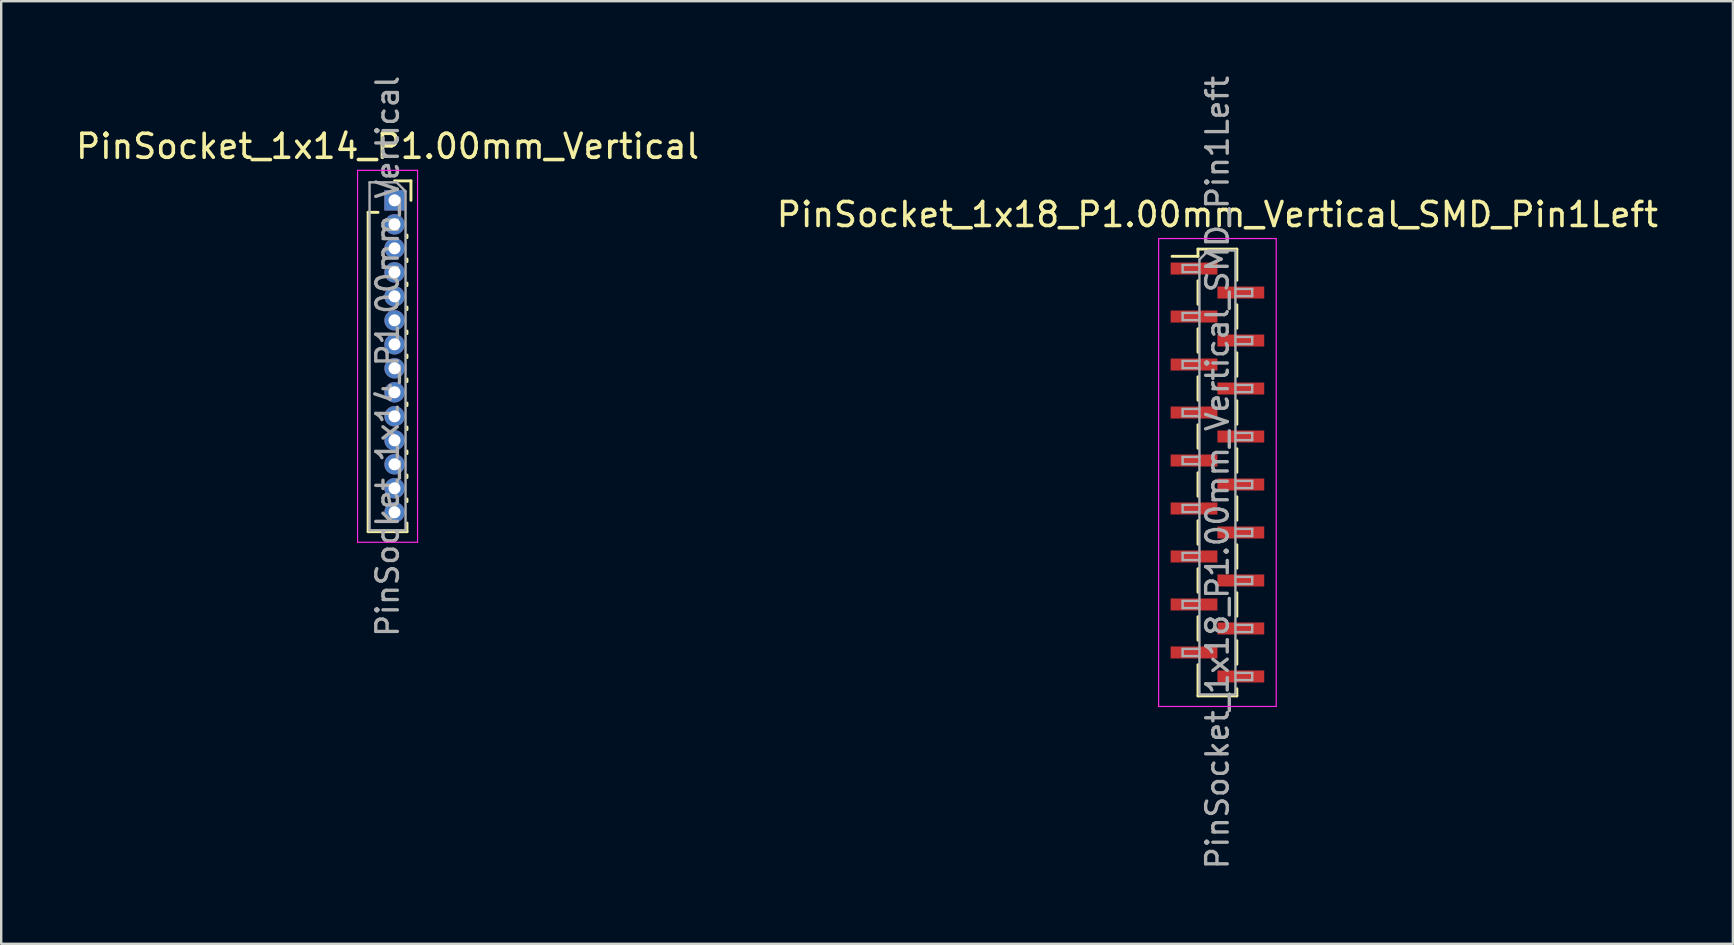
<source format=kicad_pcb>
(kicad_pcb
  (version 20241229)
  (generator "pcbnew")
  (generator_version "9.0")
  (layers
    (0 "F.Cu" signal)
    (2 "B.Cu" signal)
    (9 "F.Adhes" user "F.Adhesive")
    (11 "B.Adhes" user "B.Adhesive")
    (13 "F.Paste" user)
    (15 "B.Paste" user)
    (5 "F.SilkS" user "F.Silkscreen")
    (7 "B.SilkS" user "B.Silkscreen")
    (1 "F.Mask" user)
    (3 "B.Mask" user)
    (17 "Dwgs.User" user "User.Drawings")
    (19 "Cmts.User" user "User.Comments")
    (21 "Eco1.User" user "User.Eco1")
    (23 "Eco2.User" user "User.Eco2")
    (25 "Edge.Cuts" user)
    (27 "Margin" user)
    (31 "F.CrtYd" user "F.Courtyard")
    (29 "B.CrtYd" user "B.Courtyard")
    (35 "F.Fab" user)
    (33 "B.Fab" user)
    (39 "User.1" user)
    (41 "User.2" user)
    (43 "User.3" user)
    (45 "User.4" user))
  (footprint "PinSocket_1x14_P1.00mm_Vertical"
    (layer "F.Cu")
    (at 13.391 5.299)
    (property "Reference" "PinSocket_1x14_P1.00mm_Vertical" (at -0.29 -2.25 0) (layer "F.SilkS") (effects (font (size 1 1) (thickness 0.15))))
    (attr through_hole)
    (fp_line (start -1.1 0.5) (end -1.1 13.81) (stroke (width 0.12) (type solid)) (layer "F.SilkS"))
    (fp_line (start -1.1 0.5) (end -0.685 0.5) (stroke (width 0.12) (type solid)) (layer "F.SilkS"))
    (fp_line (start -1.1 13.81) (end 0.52 13.81) (stroke (width 0.12) (type solid)) (layer "F.SilkS"))
    (fp_line (start 0 -0.81) (end 0.685 -0.81) (stroke (width 0.12) (type solid)) (layer "F.SilkS"))
    (fp_line (start 0.52 1.446) (end 0.52 1.554) (stroke (width 0.12) (type solid)) (layer "F.SilkS"))
    (fp_line (start 0.52 2.446) (end 0.52 2.554) (stroke (width 0.12) (type solid)) (layer "F.SilkS"))
    (fp_line (start 0.52 3.446) (end 0.52 3.554) (stroke (width 0.12) (type solid)) (layer "F.SilkS"))
    (fp_line (start 0.52 4.446) (end 0.52 4.554) (stroke (width 0.12) (type solid)) (layer "F.SilkS"))
    (fp_line (start 0.52 5.446) (end 0.52 5.554) (stroke (width 0.12) (type solid)) (layer "F.SilkS"))
    (fp_line (start 0.52 6.446) (end 0.52 6.554) (stroke (width 0.12) (type solid)) (layer "F.SilkS"))
    (fp_line (start 0.52 7.446) (end 0.52 7.554) (stroke (width 0.12) (type solid)) (layer "F.SilkS"))
    (fp_line (start 0.52 8.446) (end 0.52 8.554) (stroke (width 0.12) (type solid)) (layer "F.SilkS"))
    (fp_line (start 0.52 9.446) (end 0.52 9.554) (stroke (width 0.12) (type solid)) (layer "F.SilkS"))
    (fp_line (start 0.52 10.446) (end 0.52 10.554) (stroke (width 0.12) (type solid)) (layer "F.SilkS"))
    (fp_line (start 0.52 11.446) (end 0.52 11.554) (stroke (width 0.12) (type solid)) (layer "F.SilkS"))
    (fp_line (start 0.52 12.446) (end 0.52 12.554) (stroke (width 0.12) (type solid)) (layer "F.SilkS"))
    (fp_line (start 0.52 13.446) (end 0.52 13.81) (stroke (width 0.12) (type solid)) (layer "F.SilkS"))
    (fp_line (start 0.685 -0.81) (end 0.685 0) (stroke (width 0.12) (type solid)) (layer "F.SilkS"))
    (fp_line (start -1.54 -1.25) (end 0.96 -1.25) (stroke (width 0.05) (type solid)) (layer "F.CrtYd"))
    (fp_line (start -1.54 14.25) (end -1.54 -1.25) (stroke (width 0.05) (type solid)) (layer "F.CrtYd"))
    (fp_line (start 0.96 -1.25) (end 0.96 14.25) (stroke (width 0.05) (type solid)) (layer "F.CrtYd"))
    (fp_line (start 0.96 14.25) (end -1.54 14.25) (stroke (width 0.05) (type solid)) (layer "F.CrtYd"))
    (fp_line (start -1.04 -0.75) (end 0.085 -0.75) (stroke (width 0.1) (type solid)) (layer "F.Fab"))
    (fp_line (start -1.04 13.75) (end -1.04 -0.75) (stroke (width 0.1) (type solid)) (layer "F.Fab"))
    (fp_line (start 0.085 -0.75) (end 0.46 -0.375) (stroke (width 0.1) (type solid)) (layer "F.Fab"))
    (fp_line (start 0.46 -0.375) (end 0.46 13.75) (stroke (width 0.1) (type solid)) (layer "F.Fab"))
    (fp_line (start 0.46 13.75) (end -1.04 13.75) (stroke (width 0.1) (type solid)) (layer "F.Fab"))
    (fp_text user "${REFERENCE}" (at -0.29 6.5 90) (layer "F.Fab") (effects (font (size 0.9 0.9) (thickness 0.14))))
    (pad "1" thru_hole rect (at 0 0) (size 0.85 0.85) (drill 0.5) (layers "*.Cu" "*.Mask"))
    (pad "2" thru_hole oval (at 0 1) (size 0.85 0.85) (drill 0.5) (layers "*.Cu" "*.Mask"))
    (pad "3" thru_hole oval (at 0 2) (size 0.85 0.85) (drill 0.5) (layers "*.Cu" "*.Mask"))
    (pad "4" thru_hole oval (at 0 3) (size 0.85 0.85) (drill 0.5) (layers "*.Cu" "*.Mask"))
    (pad "5" thru_hole oval (at 0 4) (size 0.85 0.85) (drill 0.5) (layers "*.Cu" "*.Mask"))
    (pad "6" thru_hole oval (at 0 5) (size 0.85 0.85) (drill 0.5) (layers "*.Cu" "*.Mask"))
    (pad "7" thru_hole oval (at 0 6) (size 0.85 0.85) (drill 0.5) (layers "*.Cu" "*.Mask"))
    (pad "8" thru_hole oval (at 0 7) (size 0.85 0.85) (drill 0.5) (layers "*.Cu" "*.Mask"))
    (pad "9" thru_hole oval (at 0 8) (size 0.85 0.85) (drill 0.5) (layers "*.Cu" "*.Mask"))
    (pad "10" thru_hole oval (at 0 9) (size 0.85 0.85) (drill 0.5) (layers "*.Cu" "*.Mask"))
    (pad "11" thru_hole oval (at 0 10) (size 0.85 0.85) (drill 0.5) (layers "*.Cu" "*.Mask"))
    (pad "12" thru_hole oval (at 0 11) (size 0.85 0.85) (drill 0.5) (layers "*.Cu" "*.Mask"))
    (pad "13" thru_hole oval (at 0 12) (size 0.85 0.85) (drill 0.5) (layers "*.Cu" "*.Mask"))
    (pad "14" thru_hole oval (at 0 13) (size 0.85 0.85) (drill 0.5) (layers "*.Cu" "*.Mask")))
  (footprint "PinSocket_1x18_P1.00mm_Vertical_SMD_Pin1Left"
    (layer "F.Cu")
    (at 47.685 16.641)
    (property "Reference" "PinSocket_1x18_P1.00mm_Vertical_SMD_Pin1Left" (at 0 -10.75 0) (layer "F.SilkS") (effects (font (size 1 1) (thickness 0.15))))
    (attr smd)
    (fp_line (start -1.89 -9.01) (end -0.81 -9.01) (stroke (width 0.12) (type solid)) (layer "F.SilkS"))
    (fp_line (start -0.81 -9.31) (end -0.81 -9.01) (stroke (width 0.12) (type solid)) (layer "F.SilkS"))
    (fp_line (start -0.81 -9.31) (end 0.81 -9.31) (stroke (width 0.12) (type solid)) (layer "F.SilkS"))
    (fp_line (start -0.81 -7.99) (end -0.81 -7.01) (stroke (width 0.12) (type solid)) (layer "F.SilkS"))
    (fp_line (start -0.81 -5.99) (end -0.81 -5.01) (stroke (width 0.12) (type solid)) (layer "F.SilkS"))
    (fp_line (start -0.81 -3.99) (end -0.81 -3.01) (stroke (width 0.12) (type solid)) (layer "F.SilkS"))
    (fp_line (start -0.81 -1.99) (end -0.81 -1.01) (stroke (width 0.12) (type solid)) (layer "F.SilkS"))
    (fp_line (start -0.81 0.01) (end -0.81 0.99) (stroke (width 0.12) (type solid)) (layer "F.SilkS"))
    (fp_line (start -0.81 2.01) (end -0.81 2.99) (stroke (width 0.12) (type solid)) (layer "F.SilkS"))
    (fp_line (start -0.81 4.01) (end -0.81 4.99) (stroke (width 0.12) (type solid)) (layer "F.SilkS"))
    (fp_line (start -0.81 6.01) (end -0.81 6.99) (stroke (width 0.12) (type solid)) (layer "F.SilkS"))
    (fp_line (start -0.81 8.01) (end -0.81 9.31) (stroke (width 0.12) (type solid)) (layer "F.SilkS"))
    (fp_line (start -0.81 9.31) (end 0.81 9.31) (stroke (width 0.12) (type solid)) (layer "F.SilkS"))
    (fp_line (start 0.81 -9.31) (end 0.81 -8.01) (stroke (width 0.12) (type solid)) (layer "F.SilkS"))
    (fp_line (start 0.81 -6.99) (end 0.81 -6.01) (stroke (width 0.12) (type solid)) (layer "F.SilkS"))
    (fp_line (start 0.81 -4.99) (end 0.81 -4.01) (stroke (width 0.12) (type solid)) (layer "F.SilkS"))
    (fp_line (start 0.81 -2.99) (end 0.81 -2.01) (stroke (width 0.12) (type solid)) (layer "F.SilkS"))
    (fp_line (start 0.81 -0.99) (end 0.81 -0.01) (stroke (width 0.12) (type solid)) (layer "F.SilkS"))
    (fp_line (start 0.81 1.01) (end 0.81 1.99) (stroke (width 0.12) (type solid)) (layer "F.SilkS"))
    (fp_line (start 0.81 3.01) (end 0.81 3.99) (stroke (width 0.12) (type solid)) (layer "F.SilkS"))
    (fp_line (start 0.81 5.01) (end 0.81 5.99) (stroke (width 0.12) (type solid)) (layer "F.SilkS"))
    (fp_line (start 0.81 7.01) (end 0.81 7.99) (stroke (width 0.12) (type solid)) (layer "F.SilkS"))
    (fp_line (start 0.81 9.01) (end 0.81 9.31) (stroke (width 0.12) (type solid)) (layer "F.SilkS"))
    (fp_line (start -2.45 -9.75) (end 2.45 -9.75) (stroke (width 0.05) (type solid)) (layer "F.CrtYd"))
    (fp_line (start -2.45 9.75) (end -2.45 -9.75) (stroke (width 0.05) (type solid)) (layer "F.CrtYd"))
    (fp_line (start 2.45 -9.75) (end 2.45 9.75) (stroke (width 0.05) (type solid)) (layer "F.CrtYd"))
    (fp_line (start 2.45 9.75) (end -2.45 9.75) (stroke (width 0.05) (type solid)) (layer "F.CrtYd"))
    (fp_line (start -1.45 -8.65) (end -0.75 -8.65) (stroke (width 0.1) (type solid)) (layer "F.Fab"))
    (fp_line (start -1.45 -8.35) (end -1.45 -8.65) (stroke (width 0.1) (type solid)) (layer "F.Fab"))
    (fp_line (start -1.45 -6.65) (end -0.75 -6.65) (stroke (width 0.1) (type solid)) (layer "F.Fab"))
    (fp_line (start -1.45 -6.35) (end -1.45 -6.65) (stroke (width 0.1) (type solid)) (layer "F.Fab"))
    (fp_line (start -1.45 -4.65) (end -0.75 -4.65) (stroke (width 0.1) (type solid)) (layer "F.Fab"))
    (fp_line (start -1.45 -4.35) (end -1.45 -4.65) (stroke (width 0.1) (type solid)) (layer "F.Fab"))
    (fp_line (start -1.45 -2.65) (end -0.75 -2.65) (stroke (width 0.1) (type solid)) (layer "F.Fab"))
    (fp_line (start -1.45 -2.35) (end -1.45 -2.65) (stroke (width 0.1) (type solid)) (layer "F.Fab"))
    (fp_line (start -1.45 -0.65) (end -0.75 -0.65) (stroke (width 0.1) (type solid)) (layer "F.Fab"))
    (fp_line (start -1.45 -0.35) (end -1.45 -0.65) (stroke (width 0.1) (type solid)) (layer "F.Fab"))
    (fp_line (start -1.45 1.35) (end -0.75 1.35) (stroke (width 0.1) (type solid)) (layer "F.Fab"))
    (fp_line (start -1.45 1.65) (end -1.45 1.35) (stroke (width 0.1) (type solid)) (layer "F.Fab"))
    (fp_line (start -1.45 3.35) (end -0.75 3.35) (stroke (width 0.1) (type solid)) (layer "F.Fab"))
    (fp_line (start -1.45 3.65) (end -1.45 3.35) (stroke (width 0.1) (type solid)) (layer "F.Fab"))
    (fp_line (start -1.45 5.35) (end -0.75 5.35) (stroke (width 0.1) (type solid)) (layer "F.Fab"))
    (fp_line (start -1.45 5.65) (end -1.45 5.35) (stroke (width 0.1) (type solid)) (layer "F.Fab"))
    (fp_line (start -1.45 7.35) (end -0.75 7.35) (stroke (width 0.1) (type solid)) (layer "F.Fab"))
    (fp_line (start -1.45 7.65) (end -1.45 7.35) (stroke (width 0.1) (type solid)) (layer "F.Fab"))
    (fp_line (start -0.75 -8.875) (end -0.375 -9.25) (stroke (width 0.1) (type solid)) (layer "F.Fab"))
    (fp_line (start -0.75 -8.35) (end -1.45 -8.35) (stroke (width 0.1) (type solid)) (layer "F.Fab"))
    (fp_line (start -0.75 -6.35) (end -1.45 -6.35) (stroke (width 0.1) (type solid)) (layer "F.Fab"))
    (fp_line (start -0.75 -4.35) (end -1.45 -4.35) (stroke (width 0.1) (type solid)) (layer "F.Fab"))
    (fp_line (start -0.75 -2.35) (end -1.45 -2.35) (stroke (width 0.1) (type solid)) (layer "F.Fab"))
    (fp_line (start -0.75 -0.35) (end -1.45 -0.35) (stroke (width 0.1) (type solid)) (layer "F.Fab"))
    (fp_line (start -0.75 1.65) (end -1.45 1.65) (stroke (width 0.1) (type solid)) (layer "F.Fab"))
    (fp_line (start -0.75 3.65) (end -1.45 3.65) (stroke (width 0.1) (type solid)) (layer "F.Fab"))
    (fp_line (start -0.75 5.65) (end -1.45 5.65) (stroke (width 0.1) (type solid)) (layer "F.Fab"))
    (fp_line (start -0.75 7.65) (end -1.45 7.65) (stroke (width 0.1) (type solid)) (layer "F.Fab"))
    (fp_line (start -0.75 9.25) (end -0.75 -8.875) (stroke (width 0.1) (type solid)) (layer "F.Fab"))
    (fp_line (start -0.375 -9.25) (end 0.75 -9.25) (stroke (width 0.1) (type solid)) (layer "F.Fab"))
    (fp_line (start 0.75 -9.25) (end 0.75 9.25) (stroke (width 0.1) (type solid)) (layer "F.Fab"))
    (fp_line (start 0.75 -7.65) (end 1.45 -7.65) (stroke (width 0.1) (type solid)) (layer "F.Fab"))
    (fp_line (start 0.75 -5.65) (end 1.45 -5.65) (stroke (width 0.1) (type solid)) (layer "F.Fab"))
    (fp_line (start 0.75 -3.65) (end 1.45 -3.65) (stroke (width 0.1) (type solid)) (layer "F.Fab"))
    (fp_line (start 0.75 -1.65) (end 1.45 -1.65) (stroke (width 0.1) (type solid)) (layer "F.Fab"))
    (fp_line (start 0.75 0.35) (end 1.45 0.35) (stroke (width 0.1) (type solid)) (layer "F.Fab"))
    (fp_line (start 0.75 2.35) (end 1.45 2.35) (stroke (width 0.1) (type solid)) (layer "F.Fab"))
    (fp_line (start 0.75 4.35) (end 1.45 4.35) (stroke (width 0.1) (type solid)) (layer "F.Fab"))
    (fp_line (start 0.75 6.35) (end 1.45 6.35) (stroke (width 0.1) (type solid)) (layer "F.Fab"))
    (fp_line (start 0.75 8.35) (end 1.45 8.35) (stroke (width 0.1) (type solid)) (layer "F.Fab"))
    (fp_line (start 0.75 9.25) (end -0.75 9.25) (stroke (width 0.1) (type solid)) (layer "F.Fab"))
    (fp_line (start 1.45 -7.65) (end 1.45 -7.35) (stroke (width 0.1) (type solid)) (layer "F.Fab"))
    (fp_line (start 1.45 -7.35) (end 0.75 -7.35) (stroke (width 0.1) (type solid)) (layer "F.Fab"))
    (fp_line (start 1.45 -5.65) (end 1.45 -5.35) (stroke (width 0.1) (type solid)) (layer "F.Fab"))
    (fp_line (start 1.45 -5.35) (end 0.75 -5.35) (stroke (width 0.1) (type solid)) (layer "F.Fab"))
    (fp_line (start 1.45 -3.65) (end 1.45 -3.35) (stroke (width 0.1) (type solid)) (layer "F.Fab"))
    (fp_line (start 1.45 -3.35) (end 0.75 -3.35) (stroke (width 0.1) (type solid)) (layer "F.Fab"))
    (fp_line (start 1.45 -1.65) (end 1.45 -1.35) (stroke (width 0.1) (type solid)) (layer "F.Fab"))
    (fp_line (start 1.45 -1.35) (end 0.75 -1.35) (stroke (width 0.1) (type solid)) (layer "F.Fab"))
    (fp_line (start 1.45 0.35) (end 1.45 0.65) (stroke (width 0.1) (type solid)) (layer "F.Fab"))
    (fp_line (start 1.45 0.65) (end 0.75 0.65) (stroke (width 0.1) (type solid)) (layer "F.Fab"))
    (fp_line (start 1.45 2.35) (end 1.45 2.65) (stroke (width 0.1) (type solid)) (layer "F.Fab"))
    (fp_line (start 1.45 2.65) (end 0.75 2.65) (stroke (width 0.1) (type solid)) (layer "F.Fab"))
    (fp_line (start 1.45 4.35) (end 1.45 4.65) (stroke (width 0.1) (type solid)) (layer "F.Fab"))
    (fp_line (start 1.45 4.65) (end 0.75 4.65) (stroke (width 0.1) (type solid)) (layer "F.Fab"))
    (fp_line (start 1.45 6.35) (end 1.45 6.65) (stroke (width 0.1) (type solid)) (layer "F.Fab"))
    (fp_line (start 1.45 6.65) (end 0.75 6.65) (stroke (width 0.1) (type solid)) (layer "F.Fab"))
    (fp_line (start 1.45 8.35) (end 1.45 8.65) (stroke (width 0.1) (type solid)) (layer "F.Fab"))
    (fp_line (start 1.45 8.65) (end 0.75 8.65) (stroke (width 0.1) (type solid)) (layer "F.Fab"))
    (fp_text user "${REFERENCE}" (at 0 0 90) (layer "F.Fab") (effects (font (size 0.9 0.9) (thickness 0.14))))
    (pad "1" smd rect (at -0.975 -8.5) (size 1.95 0.5) (layers "F.Cu" "F.Mask" "F.Paste"))
    (pad "2" smd rect (at 0.975 -7.5) (size 1.95 0.5) (layers "F.Cu" "F.Mask" "F.Paste"))
    (pad "3" smd rect (at -0.975 -6.5) (size 1.95 0.5) (layers "F.Cu" "F.Mask" "F.Paste"))
    (pad "4" smd rect (at 0.975 -5.5) (size 1.95 0.5) (layers "F.Cu" "F.Mask" "F.Paste"))
    (pad "5" smd rect (at -0.975 -4.5) (size 1.95 0.5) (layers "F.Cu" "F.Mask" "F.Paste"))
    (pad "6" smd rect (at 0.975 -3.5) (size 1.95 0.5) (layers "F.Cu" "F.Mask" "F.Paste"))
    (pad "7" smd rect (at -0.975 -2.5) (size 1.95 0.5) (layers "F.Cu" "F.Mask" "F.Paste"))
    (pad "8" smd rect (at 0.975 -1.5) (size 1.95 0.5) (layers "F.Cu" "F.Mask" "F.Paste"))
    (pad "9" smd rect (at -0.975 -0.5) (size 1.95 0.5) (layers "F.Cu" "F.Mask" "F.Paste"))
    (pad "10" smd rect (at 0.975 0.5) (size 1.95 0.5) (layers "F.Cu" "F.Mask" "F.Paste"))
    (pad "11" smd rect (at -0.975 1.5) (size 1.95 0.5) (layers "F.Cu" "F.Mask" "F.Paste"))
    (pad "12" smd rect (at 0.975 2.5) (size 1.95 0.5) (layers "F.Cu" "F.Mask" "F.Paste"))
    (pad "13" smd rect (at -0.975 3.5) (size 1.95 0.5) (layers "F.Cu" "F.Mask" "F.Paste"))
    (pad "14" smd rect (at 0.975 4.5) (size 1.95 0.5) (layers "F.Cu" "F.Mask" "F.Paste"))
    (pad "15" smd rect (at -0.975 5.5) (size 1.95 0.5) (layers "F.Cu" "F.Mask" "F.Paste"))
    (pad "16" smd rect (at 0.975 6.5) (size 1.95 0.5) (layers "F.Cu" "F.Mask" "F.Paste"))
    (pad "17" smd rect (at -0.975 7.5) (size 1.95 0.5) (layers "F.Cu" "F.Mask" "F.Paste"))
    (pad "18" smd rect (at 0.975 8.5) (size 1.95 0.5) (layers "F.Cu" "F.Mask" "F.Paste")))
  (gr_rect
    (start -3 -3)
    (end 69.167 36.283)
    (stroke (width 0.1) (type default))
    (fill no)
    (layer "Edge.Cuts")))
</source>
